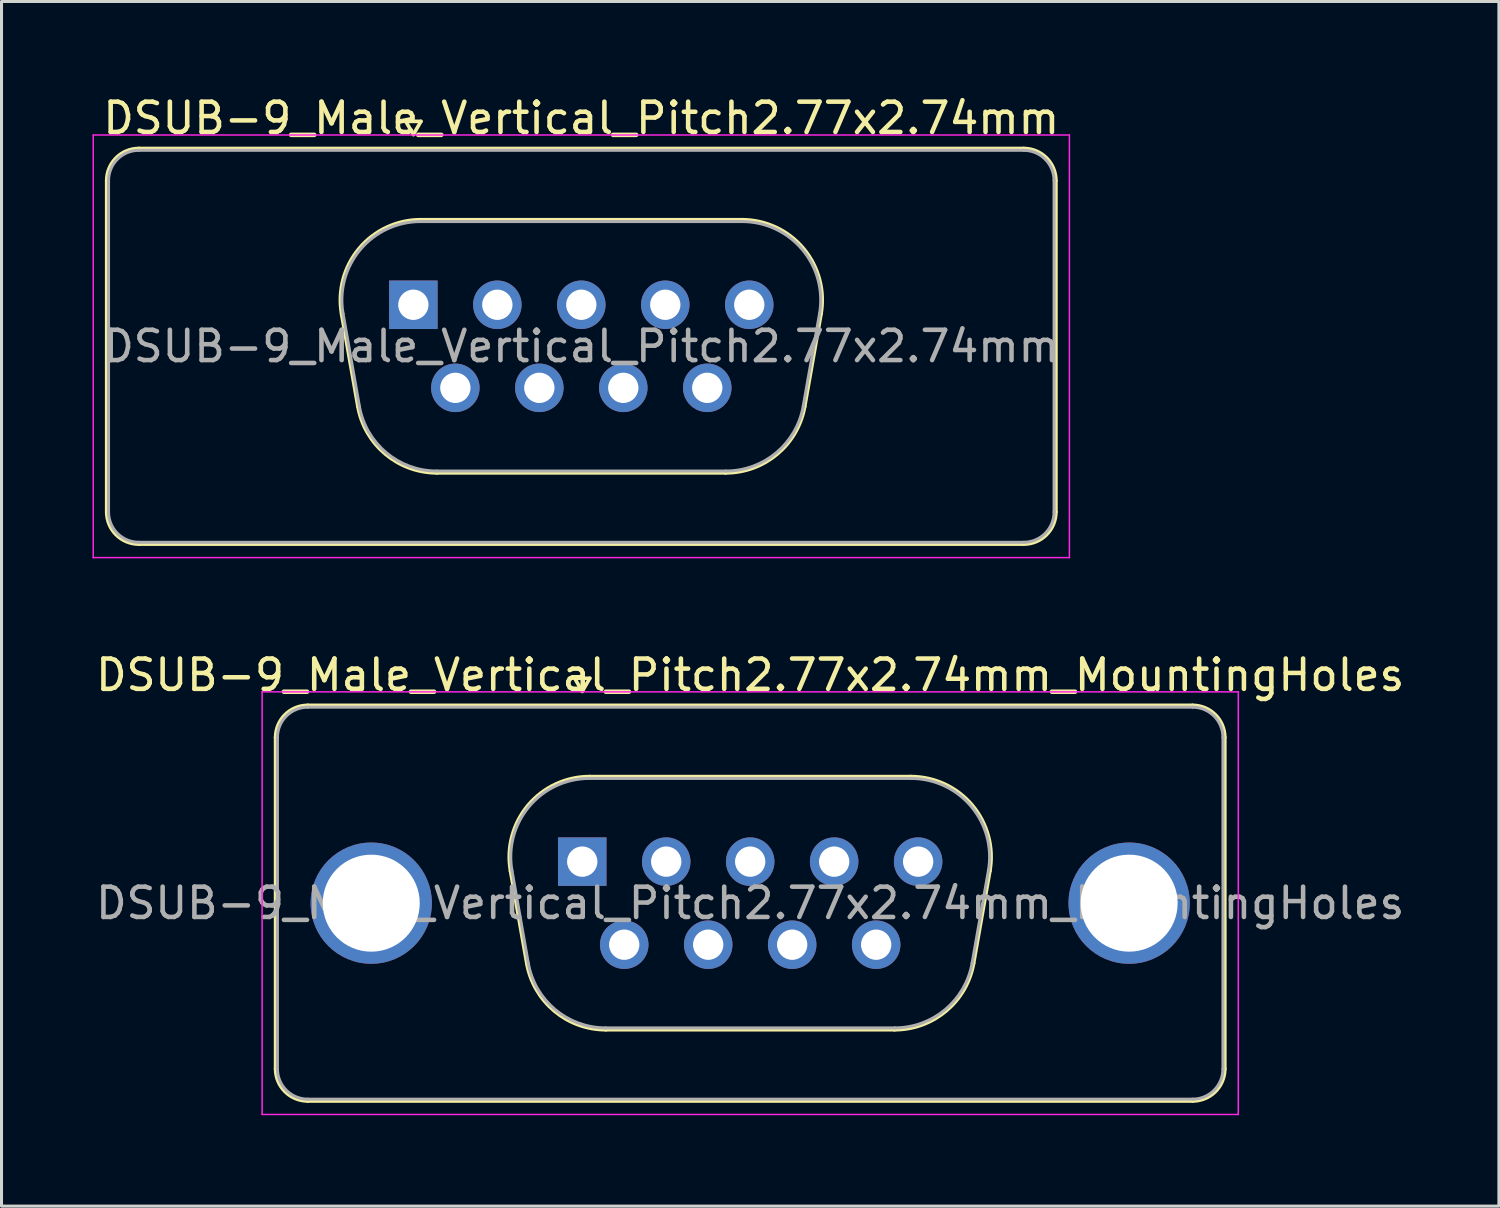
<source format=kicad_pcb>
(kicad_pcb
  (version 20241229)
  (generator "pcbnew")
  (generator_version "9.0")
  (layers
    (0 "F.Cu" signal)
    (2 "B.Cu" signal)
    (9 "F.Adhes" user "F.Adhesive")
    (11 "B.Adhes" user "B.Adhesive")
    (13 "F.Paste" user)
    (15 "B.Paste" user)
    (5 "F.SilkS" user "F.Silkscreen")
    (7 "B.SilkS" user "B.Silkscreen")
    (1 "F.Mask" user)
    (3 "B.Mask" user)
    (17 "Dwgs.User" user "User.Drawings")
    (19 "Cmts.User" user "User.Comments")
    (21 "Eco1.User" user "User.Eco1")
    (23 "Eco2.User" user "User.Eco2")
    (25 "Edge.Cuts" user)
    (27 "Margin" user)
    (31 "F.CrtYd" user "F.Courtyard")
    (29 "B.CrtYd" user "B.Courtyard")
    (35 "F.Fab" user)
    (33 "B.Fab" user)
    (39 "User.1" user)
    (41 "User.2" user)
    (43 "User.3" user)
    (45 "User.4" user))
  (footprint "DSUB-9_Male_Vertical_Pitch2.77x2.74mm"
    (layer "F.Cu")
    (at 10.585 7.003)
    (property "Reference" "DSUB-9_Male_Vertical_Pitch2.77x2.74mm" (at 5.54 -6.155 0) (layer "F.SilkS") (effects (font (size 1 1) (thickness 0.15))))
    (attr through_hole)
    (fp_line (start -10.115 6.835) (end -10.115 -4.095) (stroke (width 0.12) (type solid)) (layer "F.SilkS"))
    (fp_line (start -9.055 -5.155) (end 20.135 -5.155) (stroke (width 0.12) (type solid)) (layer "F.SilkS"))
    (fp_line (start -2.367 0.305) (end -1.829 3.355) (stroke (width 0.12) (type solid)) (layer "F.SilkS"))
    (fp_line (start -0.25 -6.049) (end 0.25 -6.049) (stroke (width 0.12) (type solid)) (layer "F.SilkS"))
    (fp_line (start 0 -5.616) (end -0.25 -6.049) (stroke (width 0.12) (type solid)) (layer "F.SilkS"))
    (fp_line (start 0.243 -2.805) (end 10.837 -2.805) (stroke (width 0.12) (type solid)) (layer "F.SilkS"))
    (fp_line (start 0.25 -6.049) (end 0 -5.616) (stroke (width 0.12) (type solid)) (layer "F.SilkS"))
    (fp_line (start 0.781 5.545) (end 10.299 5.545) (stroke (width 0.12) (type solid)) (layer "F.SilkS"))
    (fp_line (start 13.447 0.305) (end 12.909 3.355) (stroke (width 0.12) (type solid)) (layer "F.SilkS"))
    (fp_line (start 20.135 7.895) (end -9.055 7.895) (stroke (width 0.12) (type solid)) (layer "F.SilkS"))
    (fp_line (start 21.195 -4.095) (end 21.195 6.835) (stroke (width 0.12) (type solid)) (layer "F.SilkS"))
    (fp_arc (start -10.115 -4.095) (mid -9.804533 -4.844533) (end -9.055 -5.155) (stroke (width 0.12) (type solid)) (layer "F.SilkS"))
    (fp_arc (start -9.055 7.895) (mid -9.804533 7.584533) (end -10.115 6.835) (stroke (width 0.12) (type solid)) (layer "F.SilkS"))
    (fp_arc (start -2.366594 0.305168) (mid -1.786871 -1.858387) (end 0.243147 -2.805) (stroke (width 0.12) (type solid)) (layer "F.SilkS"))
    (fp_arc (start 0.780944 5.545) (mid -0.922443 4.925018) (end -1.828797 3.355168) (stroke (width 0.12) (type solid)) (layer "F.SilkS"))
    (fp_arc (start 10.836853 -2.805) (mid 12.866871 -1.858387) (end 13.446594 0.305168) (stroke (width 0.12) (type solid)) (layer "F.SilkS"))
    (fp_arc (start 12.908797 3.355168) (mid 12.002443 4.925018) (end 10.299056 5.545) (stroke (width 0.12) (type solid)) (layer "F.SilkS"))
    (fp_arc (start 20.135 -5.155) (mid 20.884533 -4.844533) (end 21.195 -4.095) (stroke (width 0.12) (type solid)) (layer "F.SilkS"))
    (fp_arc (start 21.195 6.835) (mid 20.884533 7.584533) (end 20.135 7.895) (stroke (width 0.12) (type solid)) (layer "F.SilkS"))
    (fp_line (start -10.56 -5.6) (end -10.56 8.34) (stroke (width 0.05) (type solid)) (layer "F.CrtYd"))
    (fp_line (start -10.56 8.34) (end 21.64 8.34) (stroke (width 0.05) (type solid)) (layer "F.CrtYd"))
    (fp_line (start 21.64 -5.6) (end -10.56 -5.6) (stroke (width 0.05) (type solid)) (layer "F.CrtYd"))
    (fp_line (start 21.64 8.34) (end 21.64 -5.6) (stroke (width 0.05) (type solid)) (layer "F.CrtYd"))
    (fp_line (start -10.055 6.835) (end -10.055 -4.095) (stroke (width 0.1) (type solid)) (layer "F.Fab"))
    (fp_line (start -9.055 -5.095) (end 20.135 -5.095) (stroke (width 0.1) (type solid)) (layer "F.Fab"))
    (fp_line (start -2.319 0.295) (end -1.781 3.345) (stroke (width 0.1) (type solid)) (layer "F.Fab"))
    (fp_line (start 0.232 -2.745) (end 10.848 -2.745) (stroke (width 0.1) (type solid)) (layer "F.Fab"))
    (fp_line (start 0.769 5.485) (end 10.311 5.485) (stroke (width 0.1) (type solid)) (layer "F.Fab"))
    (fp_line (start 13.399 0.295) (end 12.861 3.345) (stroke (width 0.1) (type solid)) (layer "F.Fab"))
    (fp_line (start 20.135 7.835) (end -9.055 7.835) (stroke (width 0.1) (type solid)) (layer "F.Fab"))
    (fp_line (start 21.135 -4.095) (end 21.135 6.835) (stroke (width 0.1) (type solid)) (layer "F.Fab"))
    (fp_arc (start -10.055 -4.095) (mid -9.762107 -4.802107) (end -9.055 -5.095) (stroke (width 0.1) (type solid)) (layer "F.Fab"))
    (fp_arc (start -9.055 7.835) (mid -9.762107 7.542107) (end -10.055 6.835) (stroke (width 0.1) (type solid)) (layer "F.Fab"))
    (fp_arc (start -2.31901 0.294749) (mid -1.752413 -1.81982) (end 0.231642 -2.745) (stroke (width 0.1) (type solid)) (layer "F.Fab"))
    (fp_arc (start 0.769439 5.485) (mid -0.895381 4.879055) (end -1.781213 3.344749) (stroke (width 0.1) (type solid)) (layer "F.Fab"))
    (fp_arc (start 10.848358 -2.745) (mid 12.832413 -1.81982) (end 13.39901 0.294749) (stroke (width 0.1) (type solid)) (layer "F.Fab"))
    (fp_arc (start 12.861213 3.344749) (mid 11.975381 4.879055) (end 10.310561 5.485) (stroke (width 0.1) (type solid)) (layer "F.Fab"))
    (fp_arc (start 20.135 -5.095) (mid 20.842107 -4.802107) (end 21.135 -4.095) (stroke (width 0.1) (type solid)) (layer "F.Fab"))
    (fp_arc (start 21.135 6.835) (mid 20.842107 7.542107) (end 20.135 7.835) (stroke (width 0.1) (type solid)) (layer "F.Fab"))
    (fp_text user "${REFERENCE}" (at 5.54 1.37 0) (layer "F.Fab") (effects (font (size 1 1) (thickness 0.15))))
    (pad "1" thru_hole rect (at 0 0) (size 1.6 1.6) (drill 1) (layers "*.Cu" "*.Mask"))
    (pad "2" thru_hole circle (at 2.77 0) (size 1.6 1.6) (drill 1) (layers "*.Cu" "*.Mask"))
    (pad "3" thru_hole circle (at 5.54 0) (size 1.6 1.6) (drill 1) (layers "*.Cu" "*.Mask"))
    (pad "4" thru_hole circle (at 8.31 0) (size 1.6 1.6) (drill 1) (layers "*.Cu" "*.Mask"))
    (pad "5" thru_hole circle (at 11.08 0) (size 1.6 1.6) (drill 1) (layers "*.Cu" "*.Mask"))
    (pad "6" thru_hole circle (at 1.385 2.74) (size 1.6 1.6) (drill 1) (layers "*.Cu" "*.Mask"))
    (pad "7" thru_hole circle (at 4.155 2.74) (size 1.6 1.6) (drill 1) (layers "*.Cu" "*.Mask"))
    (pad "8" thru_hole circle (at 6.925 2.74) (size 1.6 1.6) (drill 1) (layers "*.Cu" "*.Mask"))
    (pad "9" thru_hole circle (at 9.695 2.74) (size 1.6 1.6) (drill 1) (layers "*.Cu" "*.Mask")))
  (footprint "DSUB-9_Male_Vertical_Pitch2.77x2.74mm_MountingHoles"
    (layer "F.Cu")
    (at 16.156 25.372)
    (property "Reference" "DSUB-9_Male_Vertical_Pitch2.77x2.74mm_MountingHoles" (at 5.54 -6.155 0) (layer "F.SilkS") (effects (font (size 1 1) (thickness 0.15))))
    (attr through_hole)
    (fp_line (start -10.115 6.835) (end -10.115 -4.095) (stroke (width 0.12) (type solid)) (layer "F.SilkS"))
    (fp_line (start -9.055 -5.155) (end 20.135 -5.155) (stroke (width 0.12) (type solid)) (layer "F.SilkS"))
    (fp_line (start -2.367 0.305) (end -1.829 3.355) (stroke (width 0.12) (type solid)) (layer "F.SilkS"))
    (fp_line (start -0.25 -6.049) (end 0.25 -6.049) (stroke (width 0.12) (type solid)) (layer "F.SilkS"))
    (fp_line (start 0 -5.616) (end -0.25 -6.049) (stroke (width 0.12) (type solid)) (layer "F.SilkS"))
    (fp_line (start 0.243 -2.805) (end 10.837 -2.805) (stroke (width 0.12) (type solid)) (layer "F.SilkS"))
    (fp_line (start 0.25 -6.049) (end 0 -5.616) (stroke (width 0.12) (type solid)) (layer "F.SilkS"))
    (fp_line (start 0.781 5.545) (end 10.299 5.545) (stroke (width 0.12) (type solid)) (layer "F.SilkS"))
    (fp_line (start 13.447 0.305) (end 12.909 3.355) (stroke (width 0.12) (type solid)) (layer "F.SilkS"))
    (fp_line (start 20.135 7.895) (end -9.055 7.895) (stroke (width 0.12) (type solid)) (layer "F.SilkS"))
    (fp_line (start 21.195 -4.095) (end 21.195 6.835) (stroke (width 0.12) (type solid)) (layer "F.SilkS"))
    (fp_arc (start -10.115 -4.095) (mid -9.804533 -4.844533) (end -9.055 -5.155) (stroke (width 0.12) (type solid)) (layer "F.SilkS"))
    (fp_arc (start -9.055 7.895) (mid -9.804533 7.584533) (end -10.115 6.835) (stroke (width 0.12) (type solid)) (layer "F.SilkS"))
    (fp_arc (start -2.366594 0.305168) (mid -1.786871 -1.858387) (end 0.243147 -2.805) (stroke (width 0.12) (type solid)) (layer "F.SilkS"))
    (fp_arc (start 0.780944 5.545) (mid -0.922443 4.925018) (end -1.828797 3.355168) (stroke (width 0.12) (type solid)) (layer "F.SilkS"))
    (fp_arc (start 10.836853 -2.805) (mid 12.866871 -1.858387) (end 13.446594 0.305168) (stroke (width 0.12) (type solid)) (layer "F.SilkS"))
    (fp_arc (start 12.908797 3.355168) (mid 12.002443 4.925018) (end 10.299056 5.545) (stroke (width 0.12) (type solid)) (layer "F.SilkS"))
    (fp_arc (start 20.135 -5.155) (mid 20.884533 -4.844533) (end 21.195 -4.095) (stroke (width 0.12) (type solid)) (layer "F.SilkS"))
    (fp_arc (start 21.195 6.835) (mid 20.884533 7.584533) (end 20.135 7.895) (stroke (width 0.12) (type solid)) (layer "F.SilkS"))
    (fp_line (start -10.56 -5.6) (end -10.56 8.34) (stroke (width 0.05) (type solid)) (layer "F.CrtYd"))
    (fp_line (start -10.56 8.34) (end 21.64 8.34) (stroke (width 0.05) (type solid)) (layer "F.CrtYd"))
    (fp_line (start 21.64 -5.6) (end -10.56 -5.6) (stroke (width 0.05) (type solid)) (layer "F.CrtYd"))
    (fp_line (start 21.64 8.34) (end 21.64 -5.6) (stroke (width 0.05) (type solid)) (layer "F.CrtYd"))
    (fp_line (start -10.055 6.835) (end -10.055 -4.095) (stroke (width 0.1) (type solid)) (layer "F.Fab"))
    (fp_line (start -9.055 -5.095) (end 20.135 -5.095) (stroke (width 0.1) (type solid)) (layer "F.Fab"))
    (fp_line (start -2.319 0.295) (end -1.781 3.345) (stroke (width 0.1) (type solid)) (layer "F.Fab"))
    (fp_line (start 0.232 -2.745) (end 10.848 -2.745) (stroke (width 0.1) (type solid)) (layer "F.Fab"))
    (fp_line (start 0.769 5.485) (end 10.311 5.485) (stroke (width 0.1) (type solid)) (layer "F.Fab"))
    (fp_line (start 13.399 0.295) (end 12.861 3.345) (stroke (width 0.1) (type solid)) (layer "F.Fab"))
    (fp_line (start 20.135 7.835) (end -9.055 7.835) (stroke (width 0.1) (type solid)) (layer "F.Fab"))
    (fp_line (start 21.135 -4.095) (end 21.135 6.835) (stroke (width 0.1) (type solid)) (layer "F.Fab"))
    (fp_arc (start -10.055 -4.095) (mid -9.762107 -4.802107) (end -9.055 -5.095) (stroke (width 0.1) (type solid)) (layer "F.Fab"))
    (fp_arc (start -9.055 7.835) (mid -9.762107 7.542107) (end -10.055 6.835) (stroke (width 0.1) (type solid)) (layer "F.Fab"))
    (fp_arc (start -2.31901 0.294749) (mid -1.752413 -1.81982) (end 0.231642 -2.745) (stroke (width 0.1) (type solid)) (layer "F.Fab"))
    (fp_arc (start 0.769439 5.485) (mid -0.895381 4.879055) (end -1.781213 3.344749) (stroke (width 0.1) (type solid)) (layer "F.Fab"))
    (fp_arc (start 10.848358 -2.745) (mid 12.832413 -1.81982) (end 13.39901 0.294749) (stroke (width 0.1) (type solid)) (layer "F.Fab"))
    (fp_arc (start 12.861213 3.344749) (mid 11.975381 4.879055) (end 10.310561 5.485) (stroke (width 0.1) (type solid)) (layer "F.Fab"))
    (fp_arc (start 20.135 -5.095) (mid 20.842107 -4.802107) (end 21.135 -4.095) (stroke (width 0.1) (type solid)) (layer "F.Fab"))
    (fp_arc (start 21.135 6.835) (mid 20.842107 7.542107) (end 20.135 7.835) (stroke (width 0.1) (type solid)) (layer "F.Fab"))
    (fp_text user "${REFERENCE}" (at 5.54 1.37 0) (layer "F.Fab") (effects (font (size 1 1) (thickness 0.15))))
    (pad "0" thru_hole circle (at -6.96 1.37) (size 4 4) (drill 3.2) (layers "*.Cu" "*.Mask"))
    (pad "0" thru_hole circle (at 18.04 1.37) (size 4 4) (drill 3.2) (layers "*.Cu" "*.Mask"))
    (pad "1" thru_hole rect (at 0 0) (size 1.6 1.6) (drill 1) (layers "*.Cu" "*.Mask"))
    (pad "2" thru_hole circle (at 2.77 0) (size 1.6 1.6) (drill 1) (layers "*.Cu" "*.Mask"))
    (pad "3" thru_hole circle (at 5.54 0) (size 1.6 1.6) (drill 1) (layers "*.Cu" "*.Mask"))
    (pad "4" thru_hole circle (at 8.31 0) (size 1.6 1.6) (drill 1) (layers "*.Cu" "*.Mask"))
    (pad "5" thru_hole circle (at 11.08 0) (size 1.6 1.6) (drill 1) (layers "*.Cu" "*.Mask"))
    (pad "6" thru_hole circle (at 1.385 2.74) (size 1.6 1.6) (drill 1) (layers "*.Cu" "*.Mask"))
    (pad "7" thru_hole circle (at 4.155 2.74) (size 1.6 1.6) (drill 1) (layers "*.Cu" "*.Mask"))
    (pad "8" thru_hole circle (at 6.925 2.74) (size 1.6 1.6) (drill 1) (layers "*.Cu" "*.Mask"))
    (pad "9" thru_hole circle (at 9.695 2.74) (size 1.6 1.6) (drill 1) (layers "*.Cu" "*.Mask")))
  (gr_rect
    (start -3 -3)
    (end 46.393 36.736)
    (stroke (width 0.1) (type default))
    (fill no)
    (layer "Edge.Cuts")))
</source>
